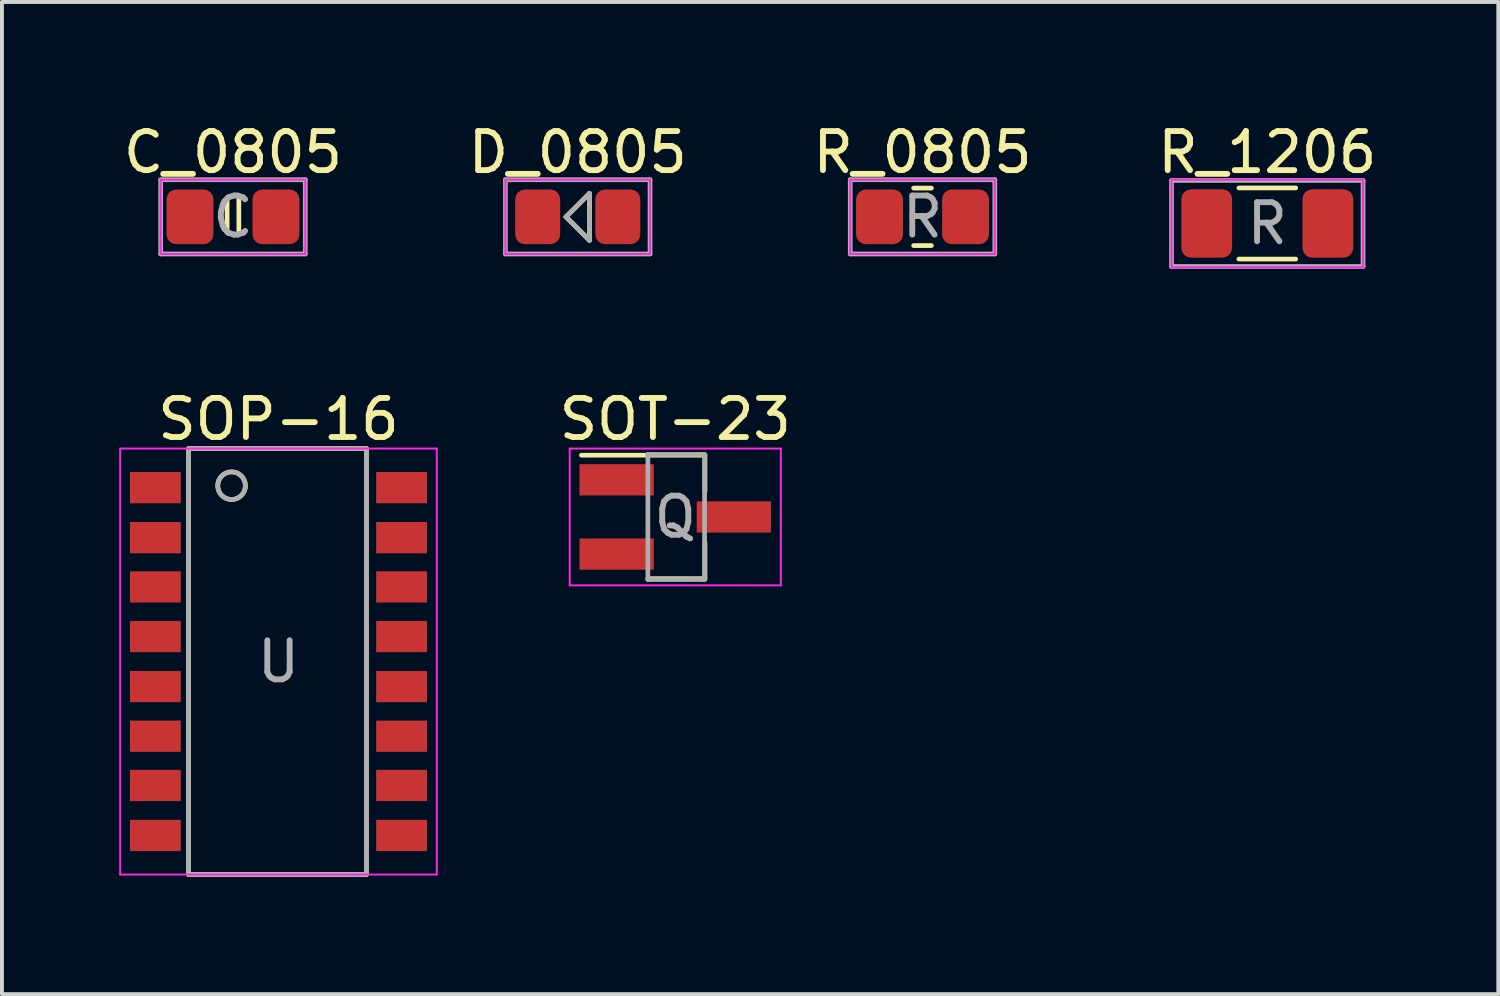
<source format=kicad_pcb>
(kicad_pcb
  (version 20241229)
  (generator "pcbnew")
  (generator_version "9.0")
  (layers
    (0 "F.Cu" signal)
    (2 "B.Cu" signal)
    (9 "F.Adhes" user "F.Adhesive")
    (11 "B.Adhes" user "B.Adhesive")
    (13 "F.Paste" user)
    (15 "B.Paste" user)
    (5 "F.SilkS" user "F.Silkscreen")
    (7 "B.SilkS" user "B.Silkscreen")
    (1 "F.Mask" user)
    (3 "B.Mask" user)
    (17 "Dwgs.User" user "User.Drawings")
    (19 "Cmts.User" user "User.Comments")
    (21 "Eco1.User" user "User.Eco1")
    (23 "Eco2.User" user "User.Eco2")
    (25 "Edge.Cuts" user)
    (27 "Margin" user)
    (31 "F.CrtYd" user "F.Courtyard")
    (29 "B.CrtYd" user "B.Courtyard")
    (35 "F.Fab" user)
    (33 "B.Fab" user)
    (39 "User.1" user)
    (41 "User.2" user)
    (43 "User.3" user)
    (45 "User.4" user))
  (footprint "R_0805"
    (layer "F.Cu")
    (at 20.554 2.498)
    (property "Reference" "R_0805" (at 0 -1.65 0) (layer "F.SilkS") (effects (font (size 1 1) (thickness 0.15))))
    (attr smd)
    (fp_line (start -0.227 -0.735) (end 0.227 -0.735) (stroke (width 0.12) (type solid)) (layer "F.SilkS"))
    (fp_line (start -0.227 0.735) (end 0.227 0.735) (stroke (width 0.12) (type solid)) (layer "F.SilkS"))
    (fp_line (start -1.85 -0.95) (end 1.85 -0.95) (stroke (width 0.05) (type solid)) (layer "F.CrtYd"))
    (fp_line (start -1.85 0.95) (end -1.85 -0.95) (stroke (width 0.05) (type solid)) (layer "F.CrtYd"))
    (fp_line (start 1.85 -0.95) (end 1.85 0.95) (stroke (width 0.05) (type solid)) (layer "F.CrtYd"))
    (fp_line (start 1.85 0.95) (end -1.85 0.95) (stroke (width 0.05) (type solid)) (layer "F.CrtYd"))
    (fp_line (start -1.85 -0.95) (end 1.85 -0.95) (stroke (width 0.12) (type solid)) (layer "F.Fab"))
    (fp_line (start -1.85 0.95) (end -1.85 -0.95) (stroke (width 0.12) (type solid)) (layer "F.Fab"))
    (fp_line (start 1.85 -0.95) (end 1.85 0.95) (stroke (width 0.12) (type solid)) (layer "F.Fab"))
    (fp_line (start 1.85 0.95) (end -1.85 0.95) (stroke (width 0.12) (type solid)) (layer "F.Fab"))
    (fp_text user "R" (at 0 0 0) (layer "F.Fab") (effects (font (size 1 1) (thickness 0.15))))
    (pad "1" smd roundrect (at -1.1 0) (size 1.2 1.4) (layers "F.Cu" "F.Mask" "F.Paste") (roundrect_rratio 0.208))
    (pad "2" smd roundrect (at 1.1 0) (size 1.2 1.4) (layers "F.Cu" "F.Mask" "F.Paste") (roundrect_rratio 0.208)))
  (footprint "C_0805"
    (layer "F.Cu")
    (at 2.911 2.498)
    (property "Reference" "C_0805" (at 0 -1.65 0) (layer "F.SilkS") (effects (font (size 1 1) (thickness 0.15))))
    (attr smd)
    (fp_line (start -0.15 -0.45) (end -0.15 0.4) (stroke (width 0.12) (type solid)) (layer "F.SilkS"))
    (fp_line (start 0.15 0.4) (end 0.15 -0.45) (stroke (width 0.12) (type solid)) (layer "F.SilkS"))
    (fp_line (start -1.85 -0.95) (end 1.85 -0.95) (stroke (width 0.05) (type solid)) (layer "F.CrtYd"))
    (fp_line (start -1.85 0.95) (end -1.85 -0.95) (stroke (width 0.05) (type solid)) (layer "F.CrtYd"))
    (fp_line (start 1.85 -0.95) (end 1.85 0.95) (stroke (width 0.05) (type solid)) (layer "F.CrtYd"))
    (fp_line (start 1.85 0.95) (end -1.85 0.95) (stroke (width 0.05) (type solid)) (layer "F.CrtYd"))
    (fp_line (start -1.85 -0.95) (end 1.85 -0.95) (stroke (width 0.12) (type solid)) (layer "F.Fab"))
    (fp_line (start -1.85 0.95) (end -1.85 -0.95) (stroke (width 0.12) (type solid)) (layer "F.Fab"))
    (fp_line (start 1.85 -0.95) (end 1.85 0.95) (stroke (width 0.12) (type solid)) (layer "F.Fab"))
    (fp_line (start 1.85 0.95) (end -1.85 0.95) (stroke (width 0.12) (type solid)) (layer "F.Fab"))
    (fp_text user "C" (at 0 0 0) (layer "F.Fab") (effects (font (size 1 1) (thickness 0.15))))
    (pad "1" smd roundrect (at -1.1 0) (size 1.2 1.4) (layers "F.Cu" "F.Mask" "F.Paste") (roundrect_rratio 0.208))
    (pad "2" smd roundrect (at 1.1 0) (size 1.2 1.4) (layers "F.Cu" "F.Mask" "F.Paste") (roundrect_rratio 0.208)))
  (footprint "SOT-23"
    (layer "F.Cu")
    (at 14.227 10.177)
    (property "Reference" "SOT-23" (at 0 -2.5 0) (layer "F.SilkS") (effects (font (size 1 1) (thickness 0.15))))
    (attr smd)
    (fp_line (start 0.76 -1.58) (end -2.4 -1.58) (stroke (width 0.12) (type solid)) (layer "F.SilkS"))
    (fp_line (start 0.76 -1.58) (end 0.76 -0.65) (stroke (width 0.12) (type solid)) (layer "F.SilkS"))
    (fp_line (start 0.76 1.58) (end -0.7 1.58) (stroke (width 0.12) (type solid)) (layer "F.SilkS"))
    (fp_line (start 0.76 1.58) (end 0.76 0.65) (stroke (width 0.12) (type solid)) (layer "F.SilkS"))
    (fp_line (start -2.7 -1.75) (end 2.7 -1.75) (stroke (width 0.05) (type solid)) (layer "F.CrtYd"))
    (fp_line (start -2.7 1.75) (end -2.7 -1.75) (stroke (width 0.05) (type solid)) (layer "F.CrtYd"))
    (fp_line (start 2.7 -1.75) (end 2.7 1.75) (stroke (width 0.05) (type solid)) (layer "F.CrtYd"))
    (fp_line (start 2.7 1.75) (end -2.7 1.75) (stroke (width 0.05) (type solid)) (layer "F.CrtYd"))
    (fp_line (start -0.7 -1.6) (end 0.75 -1.6) (stroke (width 0.12) (type solid)) (layer "F.Fab"))
    (fp_line (start -0.7 1.6) (end -0.7 -1.6) (stroke (width 0.12) (type solid)) (layer "F.Fab"))
    (fp_line (start 0.75 -1.6) (end 0.75 1.6) (stroke (width 0.12) (type solid)) (layer "F.Fab"))
    (fp_line (start 0.75 1.6) (end -0.7 1.6) (stroke (width 0.12) (type solid)) (layer "F.Fab"))
    (fp_text user "Q" (at 0 0 0) (layer "F.Fab") (effects (font (size 1 1) (thickness 0.15))))
    (pad "1" smd rect (at -1.5 -0.95) (size 1.9 0.8) (layers "F.Cu" "F.Mask" "F.Paste"))
    (pad "2" smd rect (at -1.5 0.95) (size 1.9 0.8) (layers "F.Cu" "F.Mask" "F.Paste"))
    (pad "3" smd rect (at 1.5 0) (size 1.9 0.8) (layers "F.Cu" "F.Mask" "F.Paste")))
  (footprint "SOP-16"
    (layer "F.Cu")
    (at 4.075 13.877)
    (property "Reference" "SOP-16" (at 0 -6.2 0) (layer "F.SilkS") (effects (font (size 1 1) (thickness 0.15))))
    (attr smd)
    (fp_line (start -2.3 -5.45) (end -2.3 5.45) (stroke (width 0.12) (type solid)) (layer "F.SilkS"))
    (fp_line (start -2.3 5.45) (end 2.25 5.45) (stroke (width 0.12) (type solid)) (layer "F.SilkS"))
    (fp_line (start 2.25 -5.45) (end -2.3 -5.45) (stroke (width 0.12) (type solid)) (layer "F.SilkS"))
    (fp_line (start 2.25 5.45) (end 2.25 -5.45) (stroke (width 0.12) (type solid)) (layer "F.SilkS"))
    (fp_circle (center -1.2 -4.5) (end -0.95 -4.75) (stroke (width 0.12) (type solid)) (fill no) (layer "F.SilkS"))
    (fp_line (start -4.05 -5.45) (end -4.05 5.45) (stroke (width 0.05) (type solid)) (layer "F.CrtYd"))
    (fp_line (start -4.05 -5.45) (end 4.05 -5.45) (stroke (width 0.05) (type solid)) (layer "F.CrtYd"))
    (fp_line (start 4.05 5.45) (end -4.05 5.45) (stroke (width 0.05) (type solid)) (layer "F.CrtYd"))
    (fp_line (start 4.05 5.45) (end 4.05 -5.45) (stroke (width 0.05) (type solid)) (layer "F.CrtYd"))
    (fp_line (start -2.3 -5.45) (end 2.25 -5.45) (stroke (width 0.12) (type solid)) (layer "F.Fab"))
    (fp_line (start -2.3 5.45) (end -2.3 -5.45) (stroke (width 0.12) (type solid)) (layer "F.Fab"))
    (fp_line (start 2.25 -5.45) (end 2.25 5.45) (stroke (width 0.12) (type solid)) (layer "F.Fab"))
    (fp_line (start 2.25 5.45) (end -2.3 5.45) (stroke (width 0.12) (type solid)) (layer "F.Fab"))
    (fp_circle (center -1.2 -4.5) (end -0.95 -4.75) (stroke (width 0.12) (type solid)) (fill no) (layer "F.Fab"))
    (fp_text user "U" (at 0 0 0) (layer "F.Fab") (effects (font (size 1 1) (thickness 0.15))))
    (pad "1" smd rect (at -3.15 -4.45) (size 1.3 0.8) (layers "F.Cu" "F.Mask" "F.Paste"))
    (pad "2" smd rect (at -3.15 -3.17) (size 1.3 0.8) (layers "F.Cu" "F.Mask" "F.Paste"))
    (pad "3" smd rect (at -3.15 -1.91) (size 1.3 0.8) (layers "F.Cu" "F.Mask" "F.Paste"))
    (pad "4" smd rect (at -3.15 -0.64) (size 1.3 0.8) (layers "F.Cu" "F.Mask" "F.Paste"))
    (pad "5" smd rect (at -3.15 0.64) (size 1.3 0.8) (layers "F.Cu" "F.Mask" "F.Paste"))
    (pad "6" smd rect (at -3.15 1.91) (size 1.3 0.8) (layers "F.Cu" "F.Mask" "F.Paste"))
    (pad "7" smd rect (at -3.15 3.17) (size 1.3 0.8) (layers "F.Cu" "F.Mask" "F.Paste"))
    (pad "8" smd rect (at -3.15 4.45) (size 1.3 0.8) (layers "F.Cu" "F.Mask" "F.Paste"))
    (pad "9" smd rect (at 3.15 4.45) (size 1.3 0.8) (layers "F.Cu" "F.Mask" "F.Paste"))
    (pad "10" smd rect (at 3.15 3.17) (size 1.3 0.8) (layers "F.Cu" "F.Mask" "F.Paste"))
    (pad "11" smd rect (at 3.15 1.91) (size 1.3 0.8) (layers "F.Cu" "F.Mask" "F.Paste"))
    (pad "12" smd rect (at 3.15 0.64) (size 1.3 0.8) (layers "F.Cu" "F.Mask" "F.Paste"))
    (pad "13" smd rect (at 3.15 -0.64) (size 1.3 0.8) (layers "F.Cu" "F.Mask" "F.Paste"))
    (pad "14" smd rect (at 3.15 -1.91) (size 1.3 0.8) (layers "F.Cu" "F.Mask" "F.Paste"))
    (pad "15" smd rect (at 3.15 -3.17) (size 1.3 0.8) (layers "F.Cu" "F.Mask" "F.Paste"))
    (pad "16" smd rect (at 3.15 -4.45) (size 1.3 0.8) (layers "F.Cu" "F.Mask" "F.Paste")))
  (footprint "D_0805"
    (layer "F.Cu")
    (at 11.732 2.498)
    (property "Reference" "D_0805" (at 0 -1.65 0) (layer "F.SilkS") (effects (font (size 1 1) (thickness 0.15))))
    (attr smd)
    (fp_line (start -0.3 0) (end 0.3 -0.6) (stroke (width 0.12) (type solid)) (layer "F.SilkS"))
    (fp_line (start 0.3 -0.6) (end 0.3 0.6) (stroke (width 0.12) (type solid)) (layer "F.SilkS"))
    (fp_line (start 0.3 0.6) (end -0.3 0) (stroke (width 0.12) (type solid)) (layer "F.SilkS"))
    (fp_line (start -1.85 -0.95) (end 1.85 -0.95) (stroke (width 0.05) (type solid)) (layer "F.CrtYd"))
    (fp_line (start -1.85 0.95) (end -1.85 -0.95) (stroke (width 0.05) (type solid)) (layer "F.CrtYd"))
    (fp_line (start 1.85 -0.95) (end 1.85 0.95) (stroke (width 0.05) (type solid)) (layer "F.CrtYd"))
    (fp_line (start 1.85 0.95) (end -1.85 0.95) (stroke (width 0.05) (type solid)) (layer "F.CrtYd"))
    (fp_line (start -1.85 -0.95) (end 1.85 -0.95) (stroke (width 0.12) (type solid)) (layer "F.Fab"))
    (fp_line (start -1.85 0.95) (end -1.85 -0.95) (stroke (width 0.12) (type solid)) (layer "F.Fab"))
    (fp_line (start -0.3 0) (end 0.3 -0.6) (stroke (width 0.12) (type solid)) (layer "F.Fab"))
    (fp_line (start 0.3 -0.6) (end 0.3 0.6) (stroke (width 0.12) (type solid)) (layer "F.Fab"))
    (fp_line (start 0.3 0.6) (end -0.3 0) (stroke (width 0.12) (type solid)) (layer "F.Fab"))
    (fp_line (start 1.85 -0.95) (end 1.85 0.95) (stroke (width 0.12) (type solid)) (layer "F.Fab"))
    (fp_line (start 1.85 0.95) (end -1.85 0.95) (stroke (width 0.12) (type solid)) (layer "F.Fab"))
    (pad "1" smd roundrect (at -1.025 0) (size 1.15 1.4) (layers "F.Cu" "F.Mask" "F.Paste") (roundrect_rratio 0.217))
    (pad "2" smd roundrect (at 1.025 0) (size 1.15 1.4) (layers "F.Cu" "F.Mask" "F.Paste") (roundrect_rratio 0.217)))
  (footprint "R_1206"
    (layer "F.Cu")
    (at 29.375 2.668)
    (property "Reference" "R_1206" (at 0 -1.82 0) (layer "F.SilkS") (effects (font (size 1 1) (thickness 0.15))))
    (attr smd)
    (fp_line (start -0.727 -0.91) (end 0.727 -0.91) (stroke (width 0.12) (type solid)) (layer "F.SilkS"))
    (fp_line (start -0.727 0.91) (end 0.727 0.91) (stroke (width 0.12) (type solid)) (layer "F.SilkS"))
    (fp_line (start -2.45 -1.12) (end 2.45 -1.12) (stroke (width 0.05) (type solid)) (layer "F.CrtYd"))
    (fp_line (start -2.45 1.12) (end -2.45 -1.12) (stroke (width 0.05) (type solid)) (layer "F.CrtYd"))
    (fp_line (start 2.45 -1.12) (end 2.45 1.12) (stroke (width 0.05) (type solid)) (layer "F.CrtYd"))
    (fp_line (start 2.45 1.12) (end -2.45 1.12) (stroke (width 0.05) (type solid)) (layer "F.CrtYd"))
    (fp_line (start -2.45 -1.1) (end 2.45 -1.1) (stroke (width 0.12) (type solid)) (layer "F.Fab"))
    (fp_line (start -2.45 1.1) (end -2.45 -1.1) (stroke (width 0.12) (type solid)) (layer "F.Fab"))
    (fp_line (start 2.45 -1.1) (end 2.45 1.1) (stroke (width 0.12) (type solid)) (layer "F.Fab"))
    (fp_line (start 2.45 1.1) (end -2.45 1.1) (stroke (width 0.12) (type solid)) (layer "F.Fab"))
    (fp_text user "R" (at 0 0 0) (layer "F.Fab") (effects (font (size 1 1) (thickness 0.15))))
    (pad "1" smd roundrect (at -1.55 0) (size 1.3 1.75) (layers "F.Cu" "F.Mask" "F.Paste") (roundrect_rratio 0.192))
    (pad "2" smd roundrect (at 1.55 0) (size 1.3 1.75) (layers "F.Cu" "F.Mask" "F.Paste") (roundrect_rratio 0.192)))
  (gr_rect
    (start -3 -3)
    (end 35.286 22.387)
    (stroke (width 0.1) (type default))
    (fill no)
    (layer "Edge.Cuts")))
</source>
